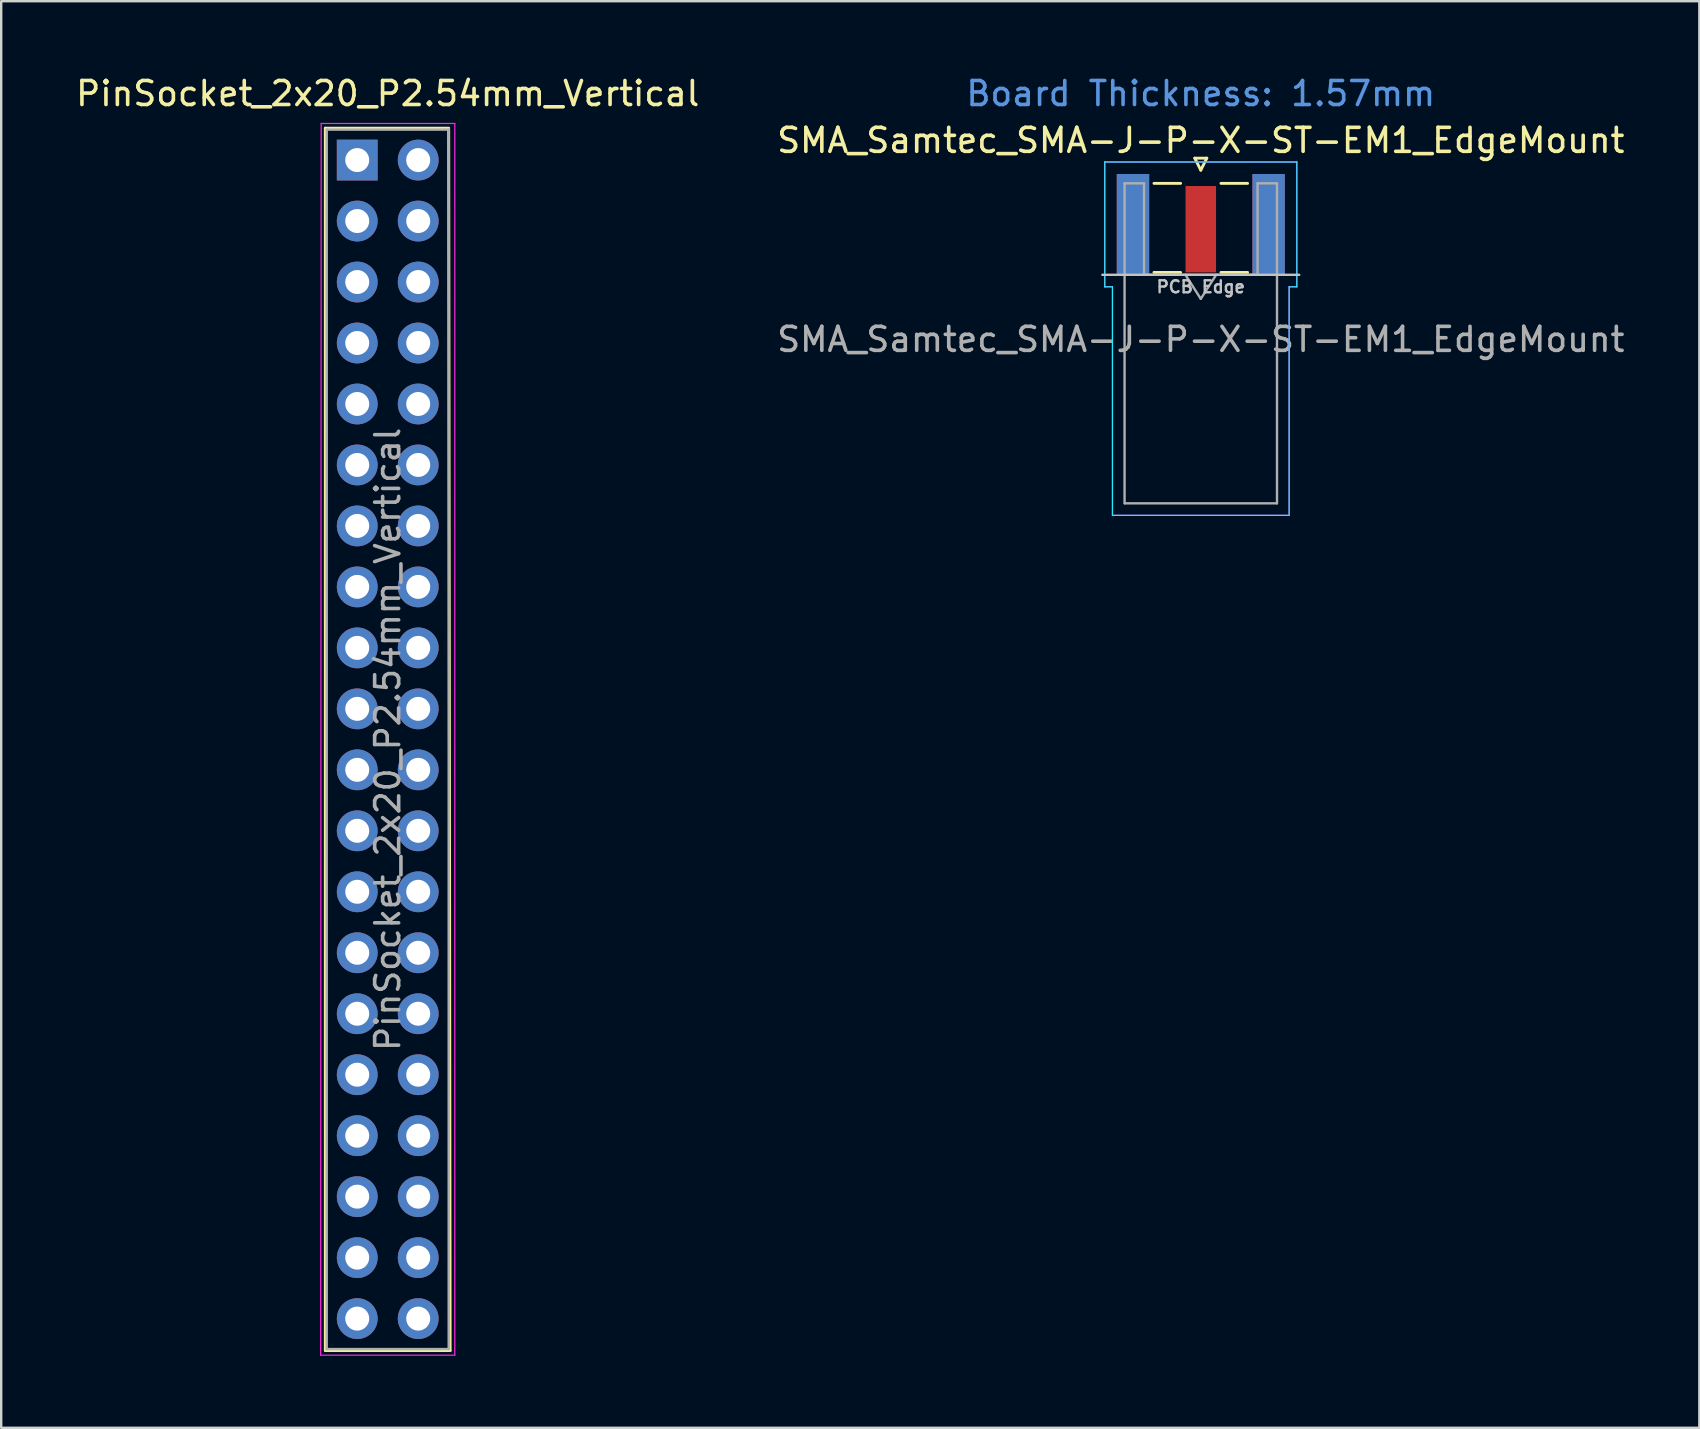
<source format=kicad_pcb>
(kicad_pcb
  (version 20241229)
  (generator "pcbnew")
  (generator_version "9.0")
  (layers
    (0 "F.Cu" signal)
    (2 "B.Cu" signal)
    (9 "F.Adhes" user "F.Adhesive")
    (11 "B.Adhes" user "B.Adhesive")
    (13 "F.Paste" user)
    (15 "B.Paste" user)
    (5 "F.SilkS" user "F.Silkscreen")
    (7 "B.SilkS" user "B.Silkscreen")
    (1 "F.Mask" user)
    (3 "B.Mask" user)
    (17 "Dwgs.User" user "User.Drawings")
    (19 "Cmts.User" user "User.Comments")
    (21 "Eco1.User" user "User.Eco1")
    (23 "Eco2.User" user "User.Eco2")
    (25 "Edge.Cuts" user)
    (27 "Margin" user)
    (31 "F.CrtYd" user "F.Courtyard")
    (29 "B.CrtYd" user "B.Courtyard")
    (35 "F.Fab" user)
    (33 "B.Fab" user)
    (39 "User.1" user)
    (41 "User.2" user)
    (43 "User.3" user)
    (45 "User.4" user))
  (footprint "SMA_Samtec_SMA-J-P-X-ST-EM1_EdgeMount"
    (layer "F.Cu")
    (at 46.97 6.298)
    (property "Reference" "SMA_Samtec_SMA-J-P-X-ST-EM1_EdgeMount" (at 0 -3.5 0) (layer "F.SilkS") (effects (font (size 1 1) (thickness 0.15))))
    (attr smd)
    (fp_line (start -1.95 -1.71) (end -0.84 -1.71) (stroke (width 0.12) (type solid)) (layer "F.SilkS"))
    (fp_line (start -1.95 2) (end -0.84 2) (stroke (width 0.12) (type solid)) (layer "F.SilkS"))
    (fp_line (start -0.25 -2.76) (end 0 -2.26) (stroke (width 0.12) (type solid)) (layer "F.SilkS"))
    (fp_line (start 0 -2.26) (end 0.25 -2.76) (stroke (width 0.12) (type solid)) (layer "F.SilkS"))
    (fp_line (start 0.25 -2.76) (end -0.25 -2.76) (stroke (width 0.12) (type solid)) (layer "F.SilkS"))
    (fp_line (start 0.84 -1.71) (end 1.95 -1.71) (stroke (width 0.12) (type solid)) (layer "F.SilkS"))
    (fp_line (start 0.84 2) (end 1.95 2) (stroke (width 0.12) (type solid)) (layer "F.SilkS"))
    (fp_line (start 4.1 2.1) (end -4.1 2.1) (stroke (width 0.1) (type solid)) (layer "Dwgs.User"))
    (fp_line (start -4 -2.6) (end 4 -2.6) (stroke (width 0.05) (type solid)) (layer "B.CrtYd"))
    (fp_line (start -4 2.6) (end -4 -2.6) (stroke (width 0.05) (type solid)) (layer "B.CrtYd"))
    (fp_line (start -3.68 2.6) (end -4 2.6) (stroke (width 0.05) (type solid)) (layer "B.CrtYd"))
    (fp_line (start -3.68 12.12) (end -3.68 2.6) (stroke (width 0.05) (type solid)) (layer "B.CrtYd"))
    (fp_line (start 3.68 2.6) (end 3.68 12.12) (stroke (width 0.05) (type solid)) (layer "B.CrtYd"))
    (fp_line (start 3.68 12.12) (end -3.68 12.12) (stroke (width 0.05) (type solid)) (layer "B.CrtYd"))
    (fp_line (start 4 2.6) (end 3.68 2.6) (stroke (width 0.05) (type solid)) (layer "B.CrtYd"))
    (fp_line (start 4 2.6) (end 4 -2.6) (stroke (width 0.05) (type solid)) (layer "B.CrtYd"))
    (fp_line (start -4 -2.6) (end 4 -2.6) (stroke (width 0.05) (type solid)) (layer "F.CrtYd"))
    (fp_line (start -4 2.6) (end -4 -2.6) (stroke (width 0.05) (type solid)) (layer "F.CrtYd"))
    (fp_line (start -3.68 2.6) (end -4 2.6) (stroke (width 0.05) (type solid)) (layer "F.CrtYd"))
    (fp_line (start -3.68 12.12) (end -3.68 2.6) (stroke (width 0.05) (type solid)) (layer "F.CrtYd"))
    (fp_line (start 3.68 2.6) (end 3.68 12.12) (stroke (width 0.05) (type solid)) (layer "F.CrtYd"))
    (fp_line (start 3.68 2.6) (end 4 2.6) (stroke (width 0.05) (type solid)) (layer "F.CrtYd"))
    (fp_line (start 3.68 12.12) (end -3.68 12.12) (stroke (width 0.05) (type solid)) (layer "F.CrtYd"))
    (fp_line (start 4 2.6) (end 4 -2.6) (stroke (width 0.05) (type solid)) (layer "F.CrtYd"))
    (fp_line (start -3.175 -1.71) (end -3.175 11.62) (stroke (width 0.1) (type solid)) (layer "F.Fab"))
    (fp_line (start -2.365 -1.71) (end -3.175 -1.71) (stroke (width 0.1) (type solid)) (layer "F.Fab"))
    (fp_line (start -2.365 2.1) (end -2.365 -1.71) (stroke (width 0.1) (type solid)) (layer "F.Fab"))
    (fp_line (start 0 3.1) (end -0.64 2.1) (stroke (width 0.1) (type solid)) (layer "F.Fab"))
    (fp_line (start 0.64 2.1) (end 0 3.1) (stroke (width 0.1) (type solid)) (layer "F.Fab"))
    (fp_line (start 2.365 -1.71) (end 2.365 2.1) (stroke (width 0.1) (type solid)) (layer "F.Fab"))
    (fp_line (start 2.365 2.1) (end -2.365 2.1) (stroke (width 0.1) (type solid)) (layer "F.Fab"))
    (fp_line (start 3.165 11.62) (end -3.165 11.62) (stroke (width 0.1) (type solid)) (layer "F.Fab"))
    (fp_line (start 3.175 -1.71) (end 2.365 -1.71) (stroke (width 0.1) (type solid)) (layer "F.Fab"))
    (fp_line (start 3.175 -1.71) (end 3.175 11.62) (stroke (width 0.1) (type solid)) (layer "F.Fab"))
    (fp_text user "PCB Edge" (at 0 2.6 0) (layer "Dwgs.User") (effects (font (size 0.5 0.5) (thickness 0.1))))
    (fp_text user "Board Thickness: 1.57mm" (at 0 -5.45 0) (layer "Cmts.User") (effects (font (size 1 1) (thickness 0.15))))
    (fp_text user "${REFERENCE}" (at 0 4.79 180) (layer "F.Fab") (effects (font (size 1 1) (thickness 0.15))))
    (pad "1" smd rect (at 0 0.2) (size 1.27 3.6) (layers "F.Cu" "F.Mask" "F.Paste"))
    (pad "2" smd rect (at -2.825 0) (size 1.35 4.2) (layers "F.Cu" "F.Mask" "F.Paste"))
    (pad "2" smd rect (at -2.825 0) (size 1.35 4.2) (layers "B.Cu" "B.Mask" "B.Paste"))
    (pad "2" smd rect (at 2.825 0) (size 1.35 4.2) (layers "F.Cu" "F.Mask" "F.Paste"))
    (pad "2" smd rect (at 2.825 0) (size 1.35 4.2) (layers "B.Cu" "B.Mask" "B.Paste")))
  (footprint "PinSocket_2x20_P2.54mm_Vertical"
    (layer "F.Cu")
    (at 13.101 27.748)
    (property "Reference" "PinSocket_2x20_P2.54mm_Vertical" (at 0 -26.9 0) (layer "F.SilkS") (effects (font (size 1 1) (thickness 0.15))))
    (fp_line (start -2.6 -25.46) (end -2.6 25.46) (stroke (width 0.12) (type solid)) (layer "F.SilkS"))
    (fp_line (start -2.6 -25.46) (end 2.54 -25.46) (stroke (width 0.12) (type solid)) (layer "F.SilkS"))
    (fp_line (start -2.6 25.46) (end 2.6 25.46) (stroke (width 0.12) (type solid)) (layer "F.SilkS"))
    (fp_line (start 2.54 -25.4) (end 2.6 25.46) (stroke (width 0.12) (type solid)) (layer "F.SilkS"))
    (fp_line (start -2.794 25.654) (end -2.772 -25.654) (stroke (width 0.05) (type solid)) (layer "F.CrtYd"))
    (fp_line (start -2.772 -25.654) (end 2.794 -25.654) (stroke (width 0.05) (type solid)) (layer "F.CrtYd"))
    (fp_line (start 2.794 -25.654) (end 2.794 25.654) (stroke (width 0.05) (type solid)) (layer "F.CrtYd"))
    (fp_line (start 2.794 25.654) (end -2.794 25.654) (stroke (width 0.05) (type solid)) (layer "F.CrtYd"))
    (fp_line (start -2.54 -25.4) (end 2.54 -25.4) (stroke (width 0.1) (type solid)) (layer "F.Fab"))
    (fp_line (start -2.54 25.4) (end -2.54 -25.4) (stroke (width 0.1) (type solid)) (layer "F.Fab"))
    (fp_line (start 2.54 -25.4) (end 2.54 25.4) (stroke (width 0.1) (type solid)) (layer "F.Fab"))
    (fp_line (start 2.54 25.4) (end -2.54 25.4) (stroke (width 0.1) (type solid)) (layer "F.Fab"))
    (fp_text user "${REFERENCE}" (at 0 0 90) (layer "F.Fab") (effects (font (size 1 1) (thickness 0.15))))
    (pad "1" thru_hole rect (at -1.27 -24.13) (size 1.7 1.7) (drill 1) (layers "*.Cu" "*.Mask"))
    (pad "2" thru_hole circle (at 1.27 -24.13) (size 1.7 1.7) (drill 1) (layers "*.Cu" "*.Mask"))
    (pad "3" thru_hole oval (at -1.27 -21.59) (size 1.7 1.7) (drill 1) (layers "*.Cu" "*.Mask"))
    (pad "4" thru_hole oval (at 1.27 -21.59) (size 1.7 1.7) (drill 1) (layers "*.Cu" "*.Mask"))
    (pad "5" thru_hole oval (at -1.27 -19.05) (size 1.7 1.7) (drill 1) (layers "*.Cu" "*.Mask"))
    (pad "6" thru_hole oval (at 1.27 -19.05) (size 1.7 1.7) (drill 1) (layers "*.Cu" "*.Mask"))
    (pad "7" thru_hole oval (at -1.27 -16.51) (size 1.7 1.7) (drill 1) (layers "*.Cu" "*.Mask"))
    (pad "8" thru_hole oval (at 1.27 -16.51) (size 1.7 1.7) (drill 1) (layers "*.Cu" "*.Mask"))
    (pad "9" thru_hole oval (at -1.27 -13.97) (size 1.7 1.7) (drill 1) (layers "*.Cu" "*.Mask"))
    (pad "10" thru_hole oval (at 1.27 -13.97) (size 1.7 1.7) (drill 1) (layers "*.Cu" "*.Mask"))
    (pad "11" thru_hole oval (at -1.27 -11.43) (size 1.7 1.7) (drill 1) (layers "*.Cu" "*.Mask"))
    (pad "12" thru_hole oval (at 1.27 -11.43) (size 1.7 1.7) (drill 1) (layers "*.Cu" "*.Mask"))
    (pad "13" thru_hole oval (at -1.27 -8.89) (size 1.7 1.7) (drill 1) (layers "*.Cu" "*.Mask"))
    (pad "14" thru_hole oval (at 1.27 -8.89) (size 1.7 1.7) (drill 1) (layers "*.Cu" "*.Mask"))
    (pad "15" thru_hole oval (at -1.27 -6.35) (size 1.7 1.7) (drill 1) (layers "*.Cu" "*.Mask"))
    (pad "16" thru_hole oval (at 1.27 -6.35) (size 1.7 1.7) (drill 1) (layers "*.Cu" "*.Mask"))
    (pad "17" thru_hole oval (at -1.27 -3.81) (size 1.7 1.7) (drill 1) (layers "*.Cu" "*.Mask"))
    (pad "18" thru_hole oval (at 1.27 -3.81) (size 1.7 1.7) (drill 1) (layers "*.Cu" "*.Mask"))
    (pad "19" thru_hole oval (at -1.27 -1.27) (size 1.7 1.7) (drill 1) (layers "*.Cu" "*.Mask"))
    (pad "20" thru_hole oval (at 1.27 -1.27) (size 1.7 1.7) (drill 1) (layers "*.Cu" "*.Mask"))
    (pad "21" thru_hole oval (at -1.27 1.27) (size 1.7 1.7) (drill 1) (layers "*.Cu" "*.Mask"))
    (pad "22" thru_hole oval (at 1.27 1.27) (size 1.7 1.7) (drill 1) (layers "*.Cu" "*.Mask"))
    (pad "23" thru_hole oval (at -1.27 3.81) (size 1.7 1.7) (drill 1) (layers "*.Cu" "*.Mask"))
    (pad "24" thru_hole oval (at 1.27 3.81) (size 1.7 1.7) (drill 1) (layers "*.Cu" "*.Mask"))
    (pad "25" thru_hole oval (at -1.27 6.35) (size 1.7 1.7) (drill 1) (layers "*.Cu" "*.Mask"))
    (pad "26" thru_hole oval (at 1.27 6.35) (size 1.7 1.7) (drill 1) (layers "*.Cu" "*.Mask"))
    (pad "27" thru_hole oval (at -1.27 8.89) (size 1.7 1.7) (drill 1) (layers "*.Cu" "*.Mask"))
    (pad "28" thru_hole oval (at 1.27 8.89) (size 1.7 1.7) (drill 1) (layers "*.Cu" "*.Mask"))
    (pad "29" thru_hole oval (at -1.27 11.43) (size 1.7 1.7) (drill 1) (layers "*.Cu" "*.Mask"))
    (pad "30" thru_hole oval (at 1.27 11.43) (size 1.7 1.7) (drill 1) (layers "*.Cu" "*.Mask"))
    (pad "31" thru_hole oval (at -1.27 13.97) (size 1.7 1.7) (drill 1) (layers "*.Cu" "*.Mask"))
    (pad "32" thru_hole oval (at 1.27 13.97) (size 1.7 1.7) (drill 1) (layers "*.Cu" "*.Mask"))
    (pad "33" thru_hole oval (at -1.27 16.51) (size 1.7 1.7) (drill 1) (layers "*.Cu" "*.Mask"))
    (pad "34" thru_hole oval (at 1.27 16.51) (size 1.7 1.7) (drill 1) (layers "*.Cu" "*.Mask"))
    (pad "35" thru_hole oval (at -1.27 19.05) (size 1.7 1.7) (drill 1) (layers "*.Cu" "*.Mask"))
    (pad "36" thru_hole oval (at 1.27 19.05) (size 1.7 1.7) (drill 1) (layers "*.Cu" "*.Mask"))
    (pad "37" thru_hole oval (at -1.27 21.59) (size 1.7 1.7) (drill 1) (layers "*.Cu" "*.Mask"))
    (pad "38" thru_hole oval (at 1.27 21.59) (size 1.7 1.7) (drill 1) (layers "*.Cu" "*.Mask"))
    (pad "39" thru_hole oval (at -1.27 24.13) (size 1.7 1.7) (drill 1) (layers "*.Cu" "*.Mask"))
    (pad "40" thru_hole oval (at 1.27 24.13) (size 1.7 1.7) (drill 1) (layers "*.Cu" "*.Mask")))
  (gr_rect
    (start -3 -3)
    (end 67.738 56.427)
    (stroke (width 0.1) (type default))
    (fill no)
    (layer "Edge.Cuts")))
</source>
